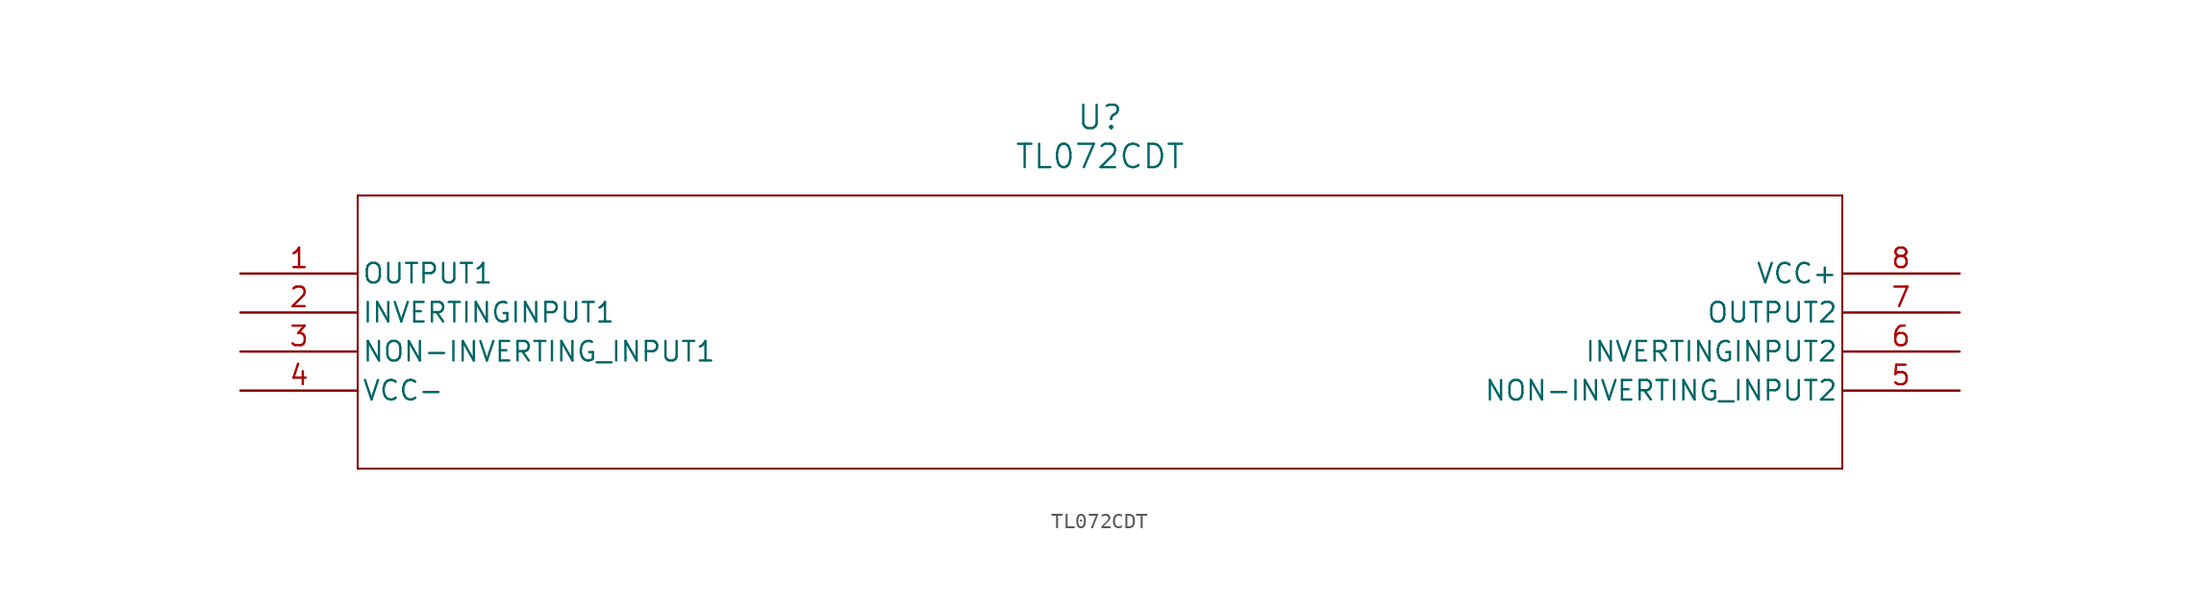
<source format=kicad_sym>
(kicad_symbol_lib
  (version 20211014)
  (generator kicad_symbol_editor)
  (symbol "TL072CDT"
    (pin_names
      (offset 0.254))
    (property "Reference" "U"
      (at 55.88 10.16 0)
      (effects (font (size 1.524 1.524))))
    (property "Value" "TL072CDT"
      (at 55.88 7.62 0)
      (effects (font (size 1.524 1.524))))
    (symbol "TL072CDT_0_1"
      (polyline (pts (xy 7.62 5.08) (xy 7.62 -12.7)) (stroke (width 0.127) (type default) (color 0 0 0 0)) (fill (type none)))
      (polyline (pts (xy 7.62 -12.7) (xy 104.14 -12.7)) (stroke (width 0.127) (type default) (color 0 0 0 0)) (fill (type none)))
      (polyline (pts (xy 104.14 -12.7) (xy 104.14 5.08)) (stroke (width 0.127) (type default) (color 0 0 0 0)) (fill (type none)))
      (polyline (pts (xy 104.14 5.08) (xy 7.62 5.08)) (stroke (width 0.127) (type default) (color 0 0 0 0)) (fill (type none)))
      (pin output line (at 0 0 0) (length 7.62) (name "OUTPUT1" (effects (font (size 1.27 1.27)))) (number "1" (effects (font (size 1.27 1.27)))))
      (pin input line (at 0 -2.54 0) (length 7.62) (name "INVERTINGINPUT1" (effects (font (size 1.27 1.27)))) (number "2" (effects (font (size 1.27 1.27)))))
      (pin input line (at 0 -5.08 0) (length 7.62) (name "NON-INVERTING INPUT1" (effects (font (size 1.27 1.27)))) (number "3" (effects (font (size 1.27 1.27)))))
      (pin power_in line (at 0 -7.62 0) (length 7.62) (name "VCC-" (effects (font (size 1.27 1.27)))) (number "4" (effects (font (size 1.27 1.27)))))
      (pin input line (at 111.76 -7.62 180) (length 7.62) (name "NON-INVERTING INPUT2" (effects (font (size 1.27 1.27)))) (number "5" (effects (font (size 1.27 1.27)))))
      (pin input line (at 111.76 -5.08 180) (length 7.62) (name "INVERTINGINPUT2" (effects (font (size 1.27 1.27)))) (number "6" (effects (font (size 1.27 1.27)))))
      (pin output line (at 111.76 -2.54 180) (length 7.62) (name "OUTPUT2" (effects (font (size 1.27 1.27)))) (number "7" (effects (font (size 1.27 1.27)))))
      (pin power_in line (at 111.76 0 180) (length 7.62) (name "VCC+" (effects (font (size 1.27 1.27)))) (number "8" (effects (font (size 1.27 1.27))))))))
</source>
